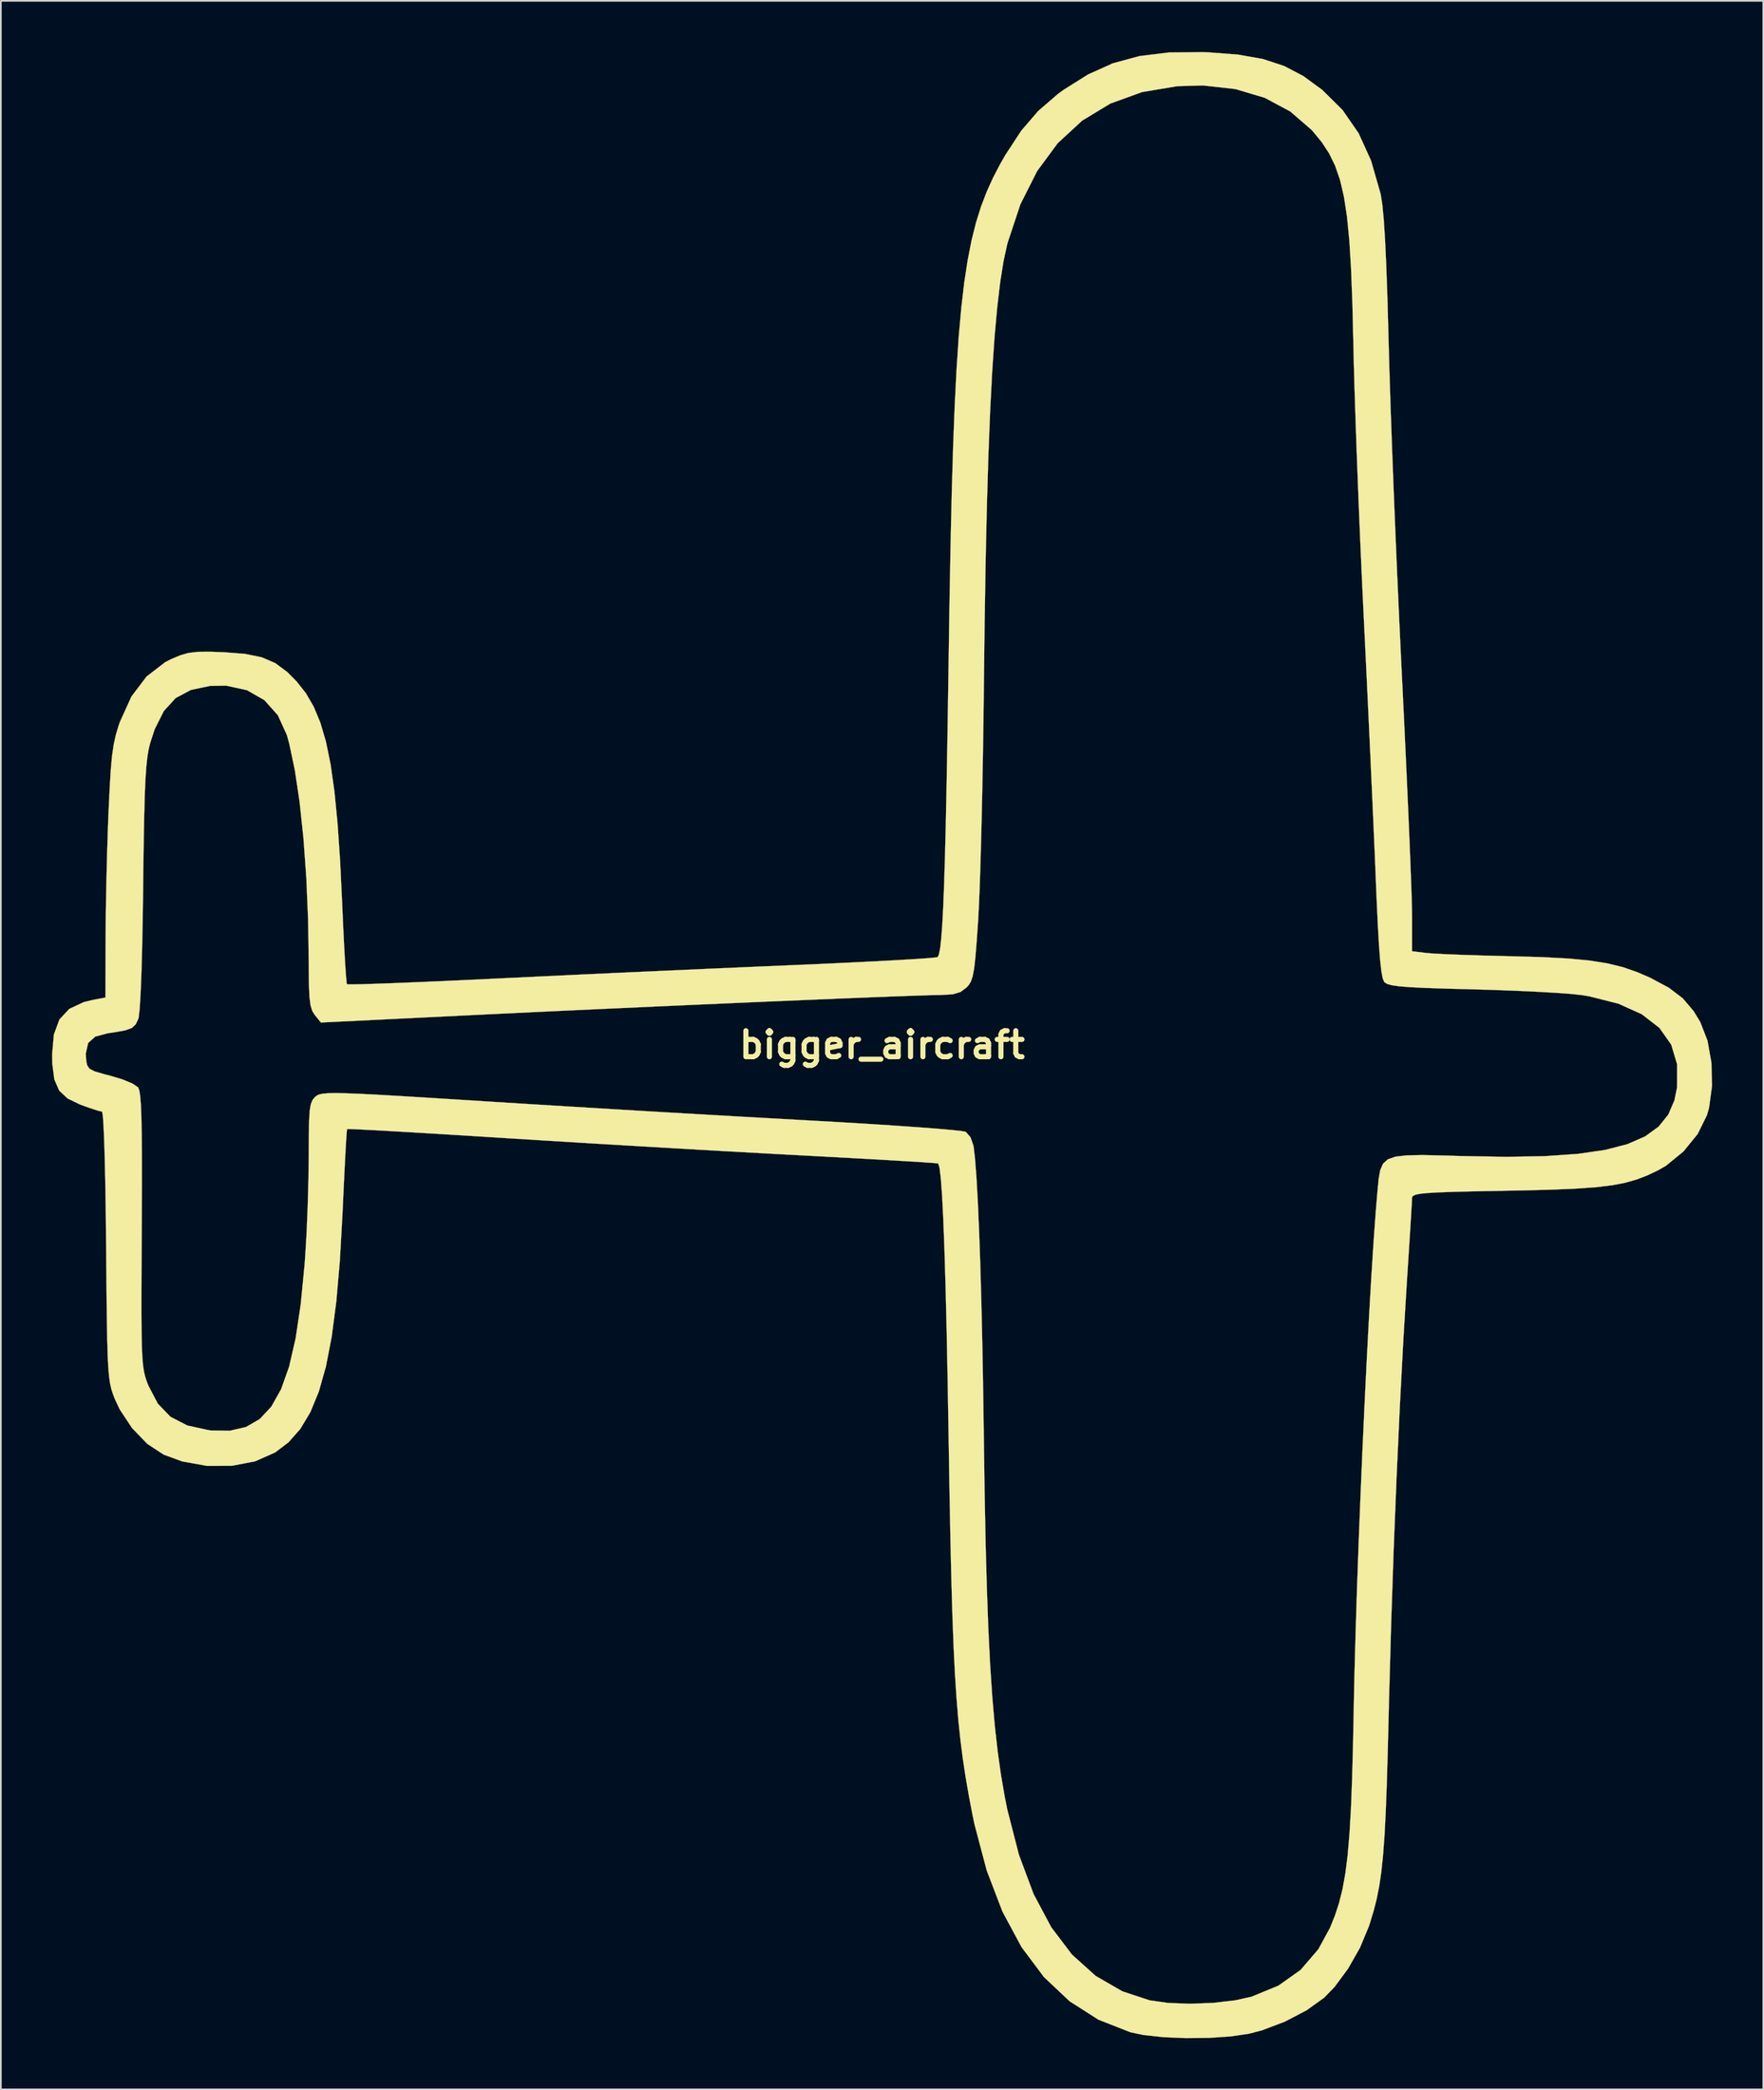
<source format=kicad_pcb>
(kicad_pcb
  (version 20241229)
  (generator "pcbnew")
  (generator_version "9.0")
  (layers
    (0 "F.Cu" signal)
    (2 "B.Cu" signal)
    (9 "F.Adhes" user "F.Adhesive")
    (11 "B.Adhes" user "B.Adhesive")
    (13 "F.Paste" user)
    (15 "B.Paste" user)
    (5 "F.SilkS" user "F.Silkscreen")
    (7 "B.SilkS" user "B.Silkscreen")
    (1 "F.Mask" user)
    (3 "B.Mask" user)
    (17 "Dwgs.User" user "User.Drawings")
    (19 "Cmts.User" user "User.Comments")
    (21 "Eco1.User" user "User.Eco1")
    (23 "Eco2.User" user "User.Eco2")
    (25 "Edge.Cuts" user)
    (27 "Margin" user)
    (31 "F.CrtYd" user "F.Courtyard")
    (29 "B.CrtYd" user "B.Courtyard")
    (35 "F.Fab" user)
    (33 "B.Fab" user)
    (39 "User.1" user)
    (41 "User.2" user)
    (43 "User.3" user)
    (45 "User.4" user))
  (footprint "bigger_aircraft"
    (layer "F.Cu")
    (at 48.656 58.19)
    (property "Reference" "bigger_aircraft" (at 0 0 0) (layer "F.SilkS") (effects (font (size 1.524 1.524) (thickness 0.3))))
    (attr through_hole)
    (fp_poly (pts (xy 19.101 -58.174) (xy 20.854 -58.041) (xy 22.313 -57.784) (xy 23.564 -57.375) (xy 24.691 -56.785) (xy 25.781 -55.987) (xy 25.807 -55.966) (xy 26.992 -54.793) (xy 27.933 -53.434) (xy 28.662 -51.83) (xy 29.211 -49.924) (xy 29.234 -49.823) (xy 29.324 -49.253) (xy 29.407 -48.383) (xy 29.484 -47.195) (xy 29.555 -45.672) (xy 29.622 -43.796) (xy 29.685 -41.55) (xy 29.698 -41.031) (xy 29.744 -39.372) (xy 29.808 -37.392) (xy 29.888 -35.159) (xy 29.98 -32.74) (xy 30.083 -30.205) (xy 30.193 -27.623) (xy 30.308 -25.06) (xy 30.425 -22.587) (xy 30.473 -21.601) (xy 30.581 -19.409) (xy 30.682 -17.277) (xy 30.775 -15.248) (xy 30.858 -13.362) (xy 30.93 -11.662) (xy 30.988 -10.19) (xy 31.032 -8.987) (xy 31.058 -8.095) (xy 31.066 -7.594) (xy 31.066 -5.495) (xy 31.897 -5.391) (xy 32.34 -5.356) (xy 33.102 -5.317) (xy 34.11 -5.277) (xy 35.292 -5.24) (xy 36.575 -5.206) (xy 36.928 -5.198) (xy 38.748 -5.146) (xy 40.242 -5.065) (xy 41.476 -4.948) (xy 42.514 -4.783) (xy 43.421 -4.561) (xy 44.261 -4.271) (xy 45.019 -3.942) (xy 46.118 -3.356) (xy 46.935 -2.734) (xy 47.573 -1.983) (xy 47.966 -1.335) (xy 48.385 -0.252) (xy 48.616 1.038) (xy 48.651 2.392) (xy 48.479 3.67) (xy 48.354 4.115) (xy 47.809 5.218) (xy 46.975 6.243) (xy 45.952 7.078) (xy 45.487 7.346) (xy 44.858 7.644) (xy 44.233 7.885) (xy 43.562 8.075) (xy 42.79 8.223) (xy 41.866 8.334) (xy 40.738 8.416) (xy 39.352 8.477) (xy 37.657 8.522) (xy 36.586 8.543) (xy 34.963 8.573) (xy 33.69 8.603) (xy 32.725 8.635) (xy 32.026 8.673) (xy 31.552 8.719) (xy 31.262 8.778) (xy 31.114 8.85) (xy 31.066 8.941) (xy 31.065 8.961) (xy 31.053 9.242) (xy 31.018 9.853) (xy 30.964 10.733) (xy 30.896 11.821) (xy 30.816 13.058) (xy 30.776 13.677) (xy 30.557 17.267) (xy 30.351 21.165) (xy 30.161 25.288) (xy 29.99 29.554) (xy 29.843 33.881) (xy 29.722 38.185) (xy 29.698 39.175) (xy 29.641 41.447) (xy 29.584 43.371) (xy 29.522 44.991) (xy 29.451 46.349) (xy 29.367 47.488) (xy 29.266 48.451) (xy 29.145 49.282) (xy 28.999 50.022) (xy 28.824 50.716) (xy 28.615 51.407) (xy 28.531 51.665) (xy 28.012 52.91) (xy 27.315 54.134) (xy 26.525 55.204) (xy 25.915 55.833) (xy 24.882 56.574) (xy 23.614 57.237) (xy 22.264 57.748) (xy 21.516 57.944) (xy 20.444 58.103) (xy 19.167 58.189) (xy 17.808 58.203) (xy 16.487 58.147) (xy 15.326 58.021) (xy 14.556 57.86) (xy 12.682 57.123) (xy 10.992 56.044) (xy 9.49 54.626) (xy 8.178 52.875) (xy 7.059 50.794) (xy 6.136 48.386) (xy 5.413 45.656) (xy 5.294 45.084) (xy 5.082 43.97) (xy 4.895 42.893) (xy 4.732 41.818) (xy 4.59 40.71) (xy 4.467 39.532) (xy 4.362 38.25) (xy 4.27 36.828) (xy 4.192 35.232) (xy 4.123 33.425) (xy 4.063 31.372) (xy 4.008 29.038) (xy 3.957 26.388) (xy 3.907 23.385) (xy 3.902 23.055) (xy 3.845 19.715) (xy 3.786 16.764) (xy 3.723 14.202) (xy 3.658 12.027) (xy 3.59 10.24) (xy 3.519 8.839) (xy 3.444 7.823) (xy 3.367 7.191) (xy 3.29 6.945) (xy 3.087 6.923) (xy 2.535 6.883) (xy 1.674 6.828) (xy 0.546 6.761) (xy -0.808 6.683) (xy -2.347 6.598) (xy -4.031 6.507) (xy -4.885 6.462) (xy -6.937 6.351) (xy -9.28 6.221) (xy -11.814 6.076) (xy -14.438 5.923) (xy -17.053 5.768) (xy -19.559 5.615) (xy -21.858 5.472) (xy -22.153 5.453) (xy -24.003 5.337) (xy -25.73 5.23) (xy -27.296 5.136) (xy -28.662 5.057) (xy -29.79 4.994) (xy -30.642 4.95) (xy -31.179 4.927) (xy -31.362 4.926) (xy -31.384 5.129) (xy -31.419 5.668) (xy -31.466 6.493) (xy -31.52 7.549) (xy -31.579 8.784) (xy -31.629 9.893) (xy -31.784 12.646) (xy -31.992 15.038) (xy -32.262 17.095) (xy -32.6 18.844) (xy -33.015 20.31) (xy -33.513 21.521) (xy -34.103 22.504) (xy -34.791 23.283) (xy -35.578 23.882) (xy -36.751 24.401) (xy -38.118 24.663) (xy -39.575 24.666) (xy -41.02 24.409) (xy -42.11 24.009) (xy -43.072 23.377) (xy -43.962 22.456) (xy -44.693 21.35) (xy -44.978 20.74) (xy -45.088 20.452) (xy -45.179 20.168) (xy -45.253 19.845) (xy -45.311 19.443) (xy -45.357 18.922) (xy -45.392 18.24) (xy -45.419 17.357) (xy -45.44 16.232) (xy -45.457 14.824) (xy -45.474 13.093) (xy -45.485 11.772) (xy -45.504 9.972) (xy -45.529 8.338) (xy -45.56 6.905) (xy -45.595 5.709) (xy -45.634 4.789) (xy -45.675 4.178) (xy -45.716 3.915) (xy -45.725 3.908) (xy -45.99 3.844) (xy -46.498 3.677) (xy -47.001 3.496) (xy -47.746 3.137) (xy -48.238 2.671) (xy -48.521 2.02) (xy -48.639 1.106) (xy -48.651 0.573) (xy -48.644 0.491) (xy -46.676 0.491) (xy -46.66 0.839) (xy -46.606 1.169) (xy -46.468 1.386) (xy -46.158 1.549) (xy -45.591 1.715) (xy -45.232 1.806) (xy -44.516 2.021) (xy -43.937 2.264) (xy -43.614 2.482) (xy -43.608 2.49) (xy -43.543 2.654) (xy -43.49 2.973) (xy -43.449 3.479) (xy -43.419 4.204) (xy -43.399 5.179) (xy -43.389 6.437) (xy -43.387 8.008) (xy -43.394 9.925) (xy -43.398 10.844) (xy -43.409 12.826) (xy -43.416 14.458) (xy -43.416 15.779) (xy -43.408 16.83) (xy -43.391 17.651) (xy -43.363 18.283) (xy -43.322 18.765) (xy -43.267 19.137) (xy -43.195 19.44) (xy -43.105 19.714) (xy -43.017 19.946) (xy -42.456 21.02) (xy -41.71 21.793) (xy -40.727 22.3) (xy -39.459 22.577) (xy -39.306 22.594) (xy -38.227 22.607) (xy -37.29 22.391) (xy -36.485 21.927) (xy -35.802 21.196) (xy -35.23 20.178) (xy -34.759 18.855) (xy -34.379 17.207) (xy -34.08 15.216) (xy -33.85 12.861) (xy -33.81 12.309) (xy -33.733 11) (xy -33.67 9.482) (xy -33.627 7.934) (xy -33.608 6.538) (xy -33.608 6.429) (xy -33.603 5.262) (xy -33.586 4.422) (xy -33.55 3.846) (xy -33.486 3.469) (xy -33.389 3.229) (xy -33.25 3.06) (xy -33.226 3.038) (xy -33.124 2.96) (xy -32.986 2.899) (xy -32.777 2.854) (xy -32.465 2.828) (xy -32.016 2.82) (xy -31.396 2.833) (xy -30.573 2.865) (xy -29.512 2.92) (xy -28.18 2.996) (xy -26.543 3.097) (xy -24.569 3.221) (xy -23.31 3.301) (xy -20.961 3.448) (xy -18.351 3.608) (xy -15.584 3.775) (xy -12.766 3.942) (xy -10.001 4.102) (xy -7.394 4.251) (xy -5.051 4.381) (xy -4.611 4.405) (xy -2.747 4.51) (xy -0.995 4.615) (xy 0.605 4.718) (xy 2.011 4.815) (xy 3.185 4.904) (xy 4.087 4.983) (xy 4.675 5.047) (xy 4.906 5.091) (xy 5.182 5.406) (xy 5.358 5.902) (xy 5.36 5.913) (xy 5.448 6.662) (xy 5.533 7.775) (xy 5.614 9.225) (xy 5.691 10.983) (xy 5.762 13.024) (xy 5.826 15.319) (xy 5.883 17.842) (xy 5.931 20.565) (xy 5.963 22.86) (xy 6.01 26.203) (xy 6.069 29.188) (xy 6.142 31.847) (xy 6.229 34.213) (xy 6.334 36.318) (xy 6.459 38.195) (xy 6.605 39.877) (xy 6.775 41.395) (xy 6.97 42.782) (xy 7.193 44.072) (xy 7.343 44.822) (xy 8.024 47.464) (xy 8.881 49.758) (xy 9.916 51.704) (xy 11.127 53.303) (xy 12.517 54.555) (xy 14.084 55.461) (xy 15.68 55.988) (xy 16.76 56.142) (xy 18.06 56.19) (xy 19.428 56.137) (xy 20.71 55.987) (xy 21.657 55.777) (xy 23.234 55.128) (xy 24.534 54.206) (xy 25.572 52.998) (xy 26.255 51.744) (xy 26.544 51.029) (xy 26.788 50.286) (xy 26.991 49.472) (xy 27.158 48.546) (xy 27.294 47.467) (xy 27.402 46.192) (xy 27.489 44.681) (xy 27.557 42.892) (xy 27.612 40.782) (xy 27.645 39.077) (xy 27.691 36.89) (xy 27.757 34.49) (xy 27.838 31.925) (xy 27.934 29.248) (xy 28.042 26.508) (xy 28.159 23.757) (xy 28.284 21.045) (xy 28.413 18.423) (xy 28.545 15.941) (xy 28.677 13.651) (xy 28.807 11.603) (xy 28.933 9.847) (xy 29.044 8.52) (xy 29.11 7.848) (xy 29.202 7.334) (xy 29.366 6.958) (xy 29.65 6.701) (xy 30.102 6.545) (xy 30.769 6.469) (xy 31.7 6.453) (xy 32.941 6.479) (xy 33.978 6.511) (xy 36.597 6.557) (xy 38.855 6.517) (xy 40.776 6.384) (xy 42.38 6.152) (xy 43.691 5.813) (xy 44.731 5.359) (xy 45.522 4.785) (xy 46.087 4.082) (xy 46.448 3.243) (xy 46.604 2.47) (xy 46.606 1.139) (xy 46.259 -0.019) (xy 45.567 -1) (xy 44.534 -1.801) (xy 43.164 -2.419) (xy 41.459 -2.85) (xy 41.013 -2.923) (xy 40.407 -2.989) (xy 39.485 -3.057) (xy 38.32 -3.123) (xy 36.989 -3.183) (xy 35.565 -3.234) (xy 34.636 -3.26) (xy 33.086 -3.3) (xy 31.881 -3.341) (xy 30.976 -3.385) (xy 30.327 -3.436) (xy 29.888 -3.498) (xy 29.614 -3.574) (xy 29.459 -3.669) (xy 29.437 -3.692) (xy 29.35 -3.892) (xy 29.271 -4.298) (xy 29.198 -4.942) (xy 29.128 -5.859) (xy 29.058 -7.082) (xy 28.986 -8.643) (xy 28.943 -9.672) (xy 28.886 -11.073) (xy 28.811 -12.793) (xy 28.723 -14.76) (xy 28.626 -16.902) (xy 28.521 -19.147) (xy 28.413 -21.424) (xy 28.305 -23.66) (xy 28.234 -25.107) (xy 28.129 -27.306) (xy 28.026 -29.619) (xy 27.928 -31.97) (xy 27.839 -34.282) (xy 27.76 -36.479) (xy 27.695 -38.485) (xy 27.646 -40.225) (xy 27.626 -41.128) (xy 27.57 -43.467) (xy 27.494 -45.455) (xy 27.392 -47.132) (xy 27.254 -48.539) (xy 27.074 -49.715) (xy 26.844 -50.7) (xy 26.555 -51.534) (xy 26.2 -52.258) (xy 25.772 -52.911) (xy 25.261 -53.533) (xy 25.172 -53.631) (xy 23.926 -54.709) (xy 22.428 -55.509) (xy 20.712 -56.02) (xy 18.809 -56.232) (xy 17.314 -56.19) (xy 15.241 -55.844) (xy 13.378 -55.169) (xy 11.729 -54.171) (xy 10.298 -52.851) (xy 9.09 -51.215) (xy 8.108 -49.266) (xy 7.357 -47.007) (xy 7.337 -46.933) (xy 7.122 -45.946) (xy 6.926 -44.722) (xy 6.751 -43.247) (xy 6.594 -41.504) (xy 6.456 -39.477) (xy 6.335 -37.152) (xy 6.231 -34.512) (xy 6.142 -31.542) (xy 6.068 -28.226) (xy 6.009 -24.548) (xy 5.968 -21.102) (xy 5.943 -18.994) (xy 5.91 -16.89) (xy 5.872 -14.844) (xy 5.829 -12.911) (xy 5.783 -11.145) (xy 5.734 -9.602) (xy 5.685 -8.335) (xy 5.637 -7.399) (xy 5.633 -7.332) (xy 5.546 -6.069) (xy 5.47 -5.136) (xy 5.395 -4.473) (xy 5.31 -4.019) (xy 5.206 -3.716) (xy 5.072 -3.502) (xy 4.956 -3.375) (xy 4.602 -3.106) (xy 4.146 -2.97) (xy 3.453 -2.929) (xy 3.379 -2.929) (xy 2.876 -2.919) (xy 2.018 -2.892) (xy 0.842 -2.85) (xy -0.615 -2.794) (xy -2.318 -2.726) (xy -4.229 -2.647) (xy -6.314 -2.559) (xy -8.535 -2.463) (xy -10.857 -2.361) (xy -13.242 -2.255) (xy -15.656 -2.145) (xy -18.061 -2.035) (xy -20.421 -1.924) (xy -22.701 -1.815) (xy -24.312 -1.737) (xy -32.896 -1.315) (xy -33.251 -1.754) (xy -33.4 -1.99) (xy -33.501 -2.315) (xy -33.564 -2.8) (xy -33.597 -3.517) (xy -33.608 -4.54) (xy -33.608 -4.76) (xy -33.645 -7.336) (xy -33.751 -9.812) (xy -33.919 -12.136) (xy -34.145 -14.252) (xy -34.423 -16.109) (xy -34.749 -17.651) (xy -34.89 -18.165) (xy -35.419 -19.325) (xy -36.209 -20.208) (xy -37.229 -20.792) (xy -38.445 -21.057) (xy -39.397 -21.042) (xy -40.52 -20.806) (xy -41.408 -20.33) (xy -42.1 -19.575) (xy -42.639 -18.502) (xy -42.907 -17.682) (xy -42.996 -17.31) (xy -43.07 -16.859) (xy -43.131 -16.288) (xy -43.181 -15.555) (xy -43.221 -14.617) (xy -43.253 -13.433) (xy -43.281 -11.96) (xy -43.306 -10.157) (xy -43.315 -9.281) (xy -43.342 -7.315) (xy -43.377 -5.587) (xy -43.419 -4.125) (xy -43.467 -2.957) (xy -43.52 -2.111) (xy -43.577 -1.616) (xy -43.601 -1.521) (xy -43.757 -1.202) (xy -43.981 -0.994) (xy -44.369 -0.855) (xy -45.013 -0.74) (xy -45.378 -0.688) (xy -46.12 -0.492) (xy -46.538 -0.117) (xy -46.676 0.491) (xy -48.644 0.491) (xy -48.549 -0.609) (xy -48.224 -1.491) (xy -47.647 -2.113) (xy -46.787 -2.514) (xy -46.251 -2.643) (xy -45.525 -2.779) (xy -45.515 -6.323) (xy -45.502 -7.769) (xy -45.472 -9.444) (xy -45.429 -11.187) (xy -45.376 -12.836) (xy -45.342 -13.681) (xy -45.277 -15.064) (xy -45.212 -16.13) (xy -45.136 -16.954) (xy -45.04 -17.611) (xy -44.915 -18.174) (xy -44.752 -18.718) (xy -44.684 -18.916) (xy -44.001 -20.421) (xy -43.114 -21.593) (xy -42.025 -22.432) (xy -41.664 -22.615) (xy -41.135 -22.839) (xy -40.662 -22.974) (xy -40.127 -23.037) (xy -39.414 -23.044) (xy -38.621 -23.018) (xy -37.352 -22.921) (xy -36.369 -22.721) (xy -35.573 -22.38) (xy -34.867 -21.856) (xy -34.312 -21.295) (xy -33.775 -20.613) (xy -33.315 -19.821) (xy -32.925 -18.885) (xy -32.598 -17.768) (xy -32.326 -16.437) (xy -32.102 -14.855) (xy -31.919 -12.988) (xy -31.77 -10.8) (xy -31.65 -8.32) (xy -31.593 -7.01) (xy -31.534 -5.834) (xy -31.479 -4.847) (xy -31.429 -4.105) (xy -31.388 -3.661) (xy -31.368 -3.558) (xy -31.16 -3.549) (xy -30.602 -3.558) (xy -29.733 -3.584) (xy -28.592 -3.626) (xy -27.218 -3.681) (xy -25.653 -3.749) (xy -23.934 -3.828) (xy -22.527 -3.895) (xy -20.266 -4.003) (xy -17.745 -4.122) (xy -15.075 -4.245) (xy -12.367 -4.367) (xy -9.729 -4.485) (xy -7.272 -4.592) (xy -5.317 -4.675) (xy -3.537 -4.752) (xy -1.878 -4.829) (xy -0.382 -4.904) (xy 0.911 -4.973) (xy 1.961 -5.036) (xy 2.727 -5.09) (xy 3.169 -5.132) (xy 3.263 -5.151) (xy 3.338 -5.323) (xy 3.408 -5.69) (xy 3.472 -6.273) (xy 3.532 -7.09) (xy 3.588 -8.16) (xy 3.64 -9.501) (xy 3.69 -11.131) (xy 3.738 -13.071) (xy 3.785 -15.337) (xy 3.831 -17.949) (xy 3.877 -20.925) (xy 3.897 -22.274) (xy 3.954 -26) (xy 4.016 -29.361) (xy 4.085 -32.379) (xy 4.166 -35.08) (xy 4.259 -37.488) (xy 4.368 -39.628) (xy 4.495 -41.523) (xy 4.644 -43.199) (xy 4.817 -44.68) (xy 5.017 -45.99) (xy 5.246 -47.154) (xy 5.507 -48.196) (xy 5.803 -49.14) (xy 6.137 -50.012) (xy 6.511 -50.835) (xy 6.929 -51.635) (xy 7.224 -52.152) (xy 8.159 -53.58) (xy 9.152 -54.735) (xy 10.305 -55.731) (xy 10.617 -55.96) (xy 12.067 -56.872) (xy 13.526 -57.529) (xy 15.078 -57.952) (xy 16.805 -58.164) (xy 18.791 -58.185) (xy 19.101 -58.174)) (stroke (width 0.01) (type solid)) (fill yes) (layer "F.SilkS")))
  (gr_rect
    (start -3 -3)
    (end 100.311 119.398)
    (stroke (width 0.1) (type default))
    (fill no)
    (layer "Edge.Cuts")))
</source>
